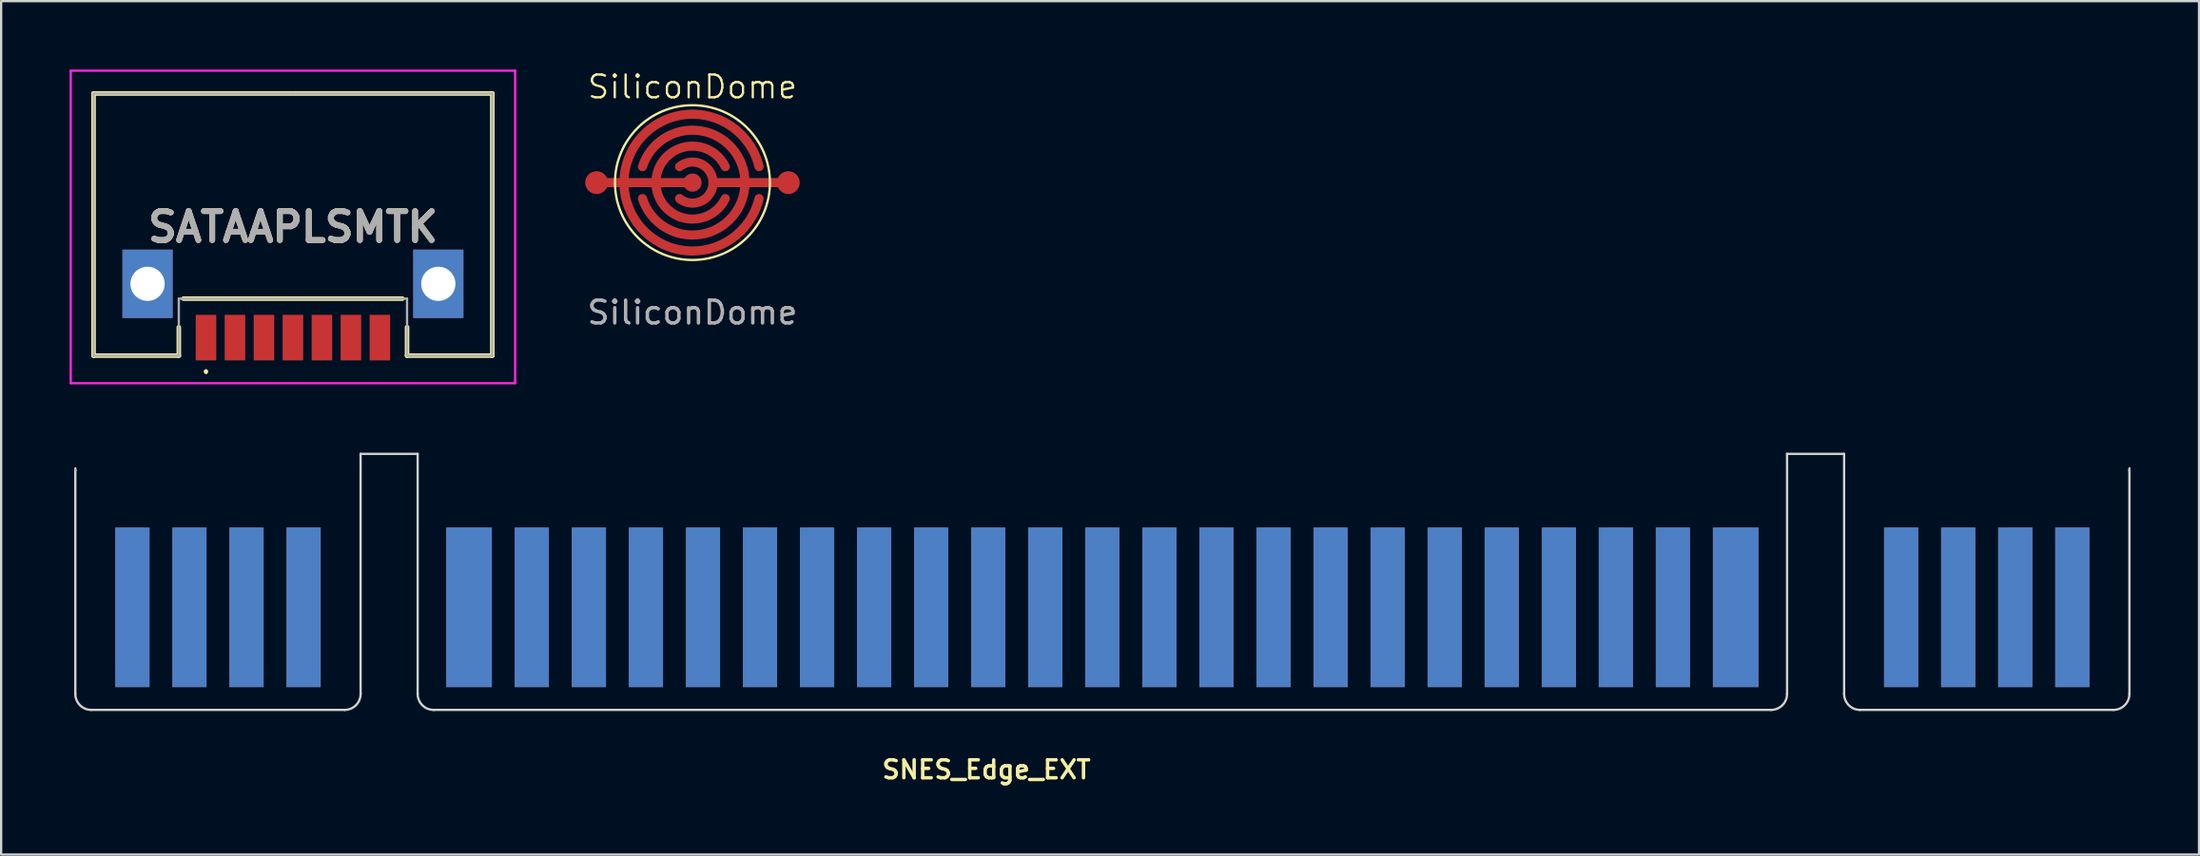
<source format=kicad_pcb>
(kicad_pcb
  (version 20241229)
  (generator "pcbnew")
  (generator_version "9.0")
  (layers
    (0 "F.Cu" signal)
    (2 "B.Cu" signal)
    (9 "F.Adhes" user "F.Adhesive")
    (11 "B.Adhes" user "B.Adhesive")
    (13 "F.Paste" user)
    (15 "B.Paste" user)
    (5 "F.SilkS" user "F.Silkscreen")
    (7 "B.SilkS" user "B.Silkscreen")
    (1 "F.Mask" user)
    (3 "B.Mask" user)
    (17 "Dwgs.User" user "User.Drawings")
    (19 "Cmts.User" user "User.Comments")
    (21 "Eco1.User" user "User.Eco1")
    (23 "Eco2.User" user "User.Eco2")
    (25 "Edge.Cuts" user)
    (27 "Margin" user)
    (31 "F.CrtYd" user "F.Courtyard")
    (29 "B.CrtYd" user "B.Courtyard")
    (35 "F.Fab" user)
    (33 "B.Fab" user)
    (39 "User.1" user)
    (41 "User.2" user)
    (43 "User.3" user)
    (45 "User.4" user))
  (footprint "SNES_Edge_EXT"
    (layer "F.Cu")
    (at 0.25 17.49)
    (property "Reference" "SNES_Edge_EXT" (at 39.92 13.22 0) (layer "F.SilkS") (effects (font (size 0.787 0.787) (thickness 0.15))))
    (attr through_hole)
    (fp_poly (pts (xy 0 2.5) (xy 12.5 2.5) (xy 12.5 10.7) (xy 0 10.7)) (stroke (width 0.01) (type solid)) (fill yes) (layer "F.Mask"))
    (fp_poly (pts (xy 15 2.5) (xy 75 2.5) (xy 75 10.7) (xy 15 10.7)) (stroke (width 0.01) (type solid)) (fill yes) (layer "F.Mask"))
    (fp_poly (pts (xy 77.5 2.5) (xy 90 2.5) (xy 90 10.7) (xy 77.5 10.7)) (stroke (width 0.01) (type solid)) (fill yes) (layer "F.Mask"))
    (fp_poly (pts (xy 0 2.5) (xy 12.5 2.5) (xy 12.5 10.7) (xy 0 10.7)) (stroke (width 0.01) (type solid)) (fill yes) (layer "B.Mask"))
    (fp_poly (pts (xy 15 2.5) (xy 75 2.5) (xy 75 10.7) (xy 15 10.7)) (stroke (width 0.01) (type solid)) (fill yes) (layer "B.Mask"))
    (fp_poly (pts (xy 77.5 2.5) (xy 90 2.5) (xy 90 10.7) (xy 77.5 10.7)) (stroke (width 0.01) (type solid)) (fill yes) (layer "B.Mask"))
    (fp_line (start 0 0.07) (end 0 0.1) (stroke (width 0.1) (type solid)) (layer "Dwgs.User"))
    (fp_line (start 0 0.1) (end 0 0) (stroke (width 0.1) (type solid)) (layer "Dwgs.User"))
    (fp_line (start 90 0.1) (end 90 0) (stroke (width 0.1) (type solid)) (layer "Dwgs.User"))
    (fp_line (start 90 0.1) (end 90 0.07) (stroke (width 0.1) (type solid)) (layer "Dwgs.User"))
    (fp_line (start 0 0.1) (end 0 9.9) (stroke (width 0.1) (type solid)) (layer "Edge.Cuts"))
    (fp_line (start 0.7 10.6) (end 11.8 10.6) (stroke (width 0.1) (type solid)) (layer "Edge.Cuts"))
    (fp_line (start 12.5 -0.63) (end 15 -0.63) (stroke (width 0.1) (type solid)) (layer "Edge.Cuts"))
    (fp_line (start 12.5 9.9) (end 12.5 -0.63) (stroke (width 0.1) (type solid)) (layer "Edge.Cuts"))
    (fp_line (start 15 -0.63) (end 15 9.9) (stroke (width 0.1) (type solid)) (layer "Edge.Cuts"))
    (fp_line (start 15.7 10.6) (end 74.3 10.6) (stroke (width 0.1) (type solid)) (layer "Edge.Cuts"))
    (fp_line (start 75 -0.63) (end 77.5 -0.63) (stroke (width 0.1) (type solid)) (layer "Edge.Cuts"))
    (fp_line (start 75 9.9) (end 75 -0.63) (stroke (width 0.1) (type solid)) (layer "Edge.Cuts"))
    (fp_line (start 77.5 -0.63) (end 77.5 9.9) (stroke (width 0.1) (type solid)) (layer "Edge.Cuts"))
    (fp_line (start 78.2 10.6) (end 89.3 10.6) (stroke (width 0.1) (type solid)) (layer "Edge.Cuts"))
    (fp_line (start 90 9.9) (end 90 0.1) (stroke (width 0.1) (type solid)) (layer "Edge.Cuts"))
    (fp_arc (start 0.7 10.6) (mid 0.205025 10.394975) (end 0 9.9) (stroke (width 0.1) (type solid)) (layer "Edge.Cuts"))
    (fp_arc (start 12.5 9.9) (mid 12.294975 10.394975) (end 11.8 10.6) (stroke (width 0.1) (type solid)) (layer "Edge.Cuts"))
    (fp_arc (start 15.7 10.6) (mid 15.205025 10.394975) (end 15 9.9) (stroke (width 0.1) (type solid)) (layer "Edge.Cuts"))
    (fp_arc (start 75 9.9) (mid 74.794975 10.394975) (end 74.3 10.6) (stroke (width 0.1) (type solid)) (layer "Edge.Cuts"))
    (fp_arc (start 78.2 10.6) (mid 77.705025 10.394975) (end 77.5 9.9) (stroke (width 0.1) (type solid)) (layer "Edge.Cuts"))
    (fp_arc (start 90 9.9) (mid 89.794975 10.394975) (end 89.3 10.6) (stroke (width 0.1) (type solid)) (layer "Edge.Cuts"))
    (pad "1" smd rect (at 2.5 6.1 90) (size 7 1.5) (layers "F.Cu" "F.Mask" "F.Paste"))
    (pad "2" smd rect (at 5 6.1 90) (size 7 1.5) (layers "F.Cu" "F.Mask" "F.Paste"))
    (pad "3" smd rect (at 7.5 6.1 90) (size 7 1.5) (layers "F.Cu" "F.Mask" "F.Paste"))
    (pad "4" smd rect (at 10 6.1 90) (size 7 1.5) (layers "F.Cu" "F.Mask" "F.Paste"))
    (pad "5" smd rect (at 17.25 6.1 90) (size 7 2) (layers "F.Cu" "F.Mask" "F.Paste"))
    (pad "6" smd rect (at 20 6.1 90) (size 7 1.5) (layers "F.Cu" "F.Mask" "F.Paste"))
    (pad "7" smd rect (at 22.5 6.1 90) (size 7 1.5) (layers "F.Cu" "F.Mask" "F.Paste"))
    (pad "8" smd rect (at 25 6.1 90) (size 7 1.5) (layers "F.Cu" "F.Mask" "F.Paste"))
    (pad "9" smd rect (at 27.5 6.1 90) (size 7 1.5) (layers "F.Cu" "F.Mask" "F.Paste"))
    (pad "10" smd rect (at 30 6.1 90) (size 7 1.5) (layers "F.Cu" "F.Mask" "F.Paste"))
    (pad "11" smd rect (at 32.5 6.1 90) (size 7 1.5) (layers "F.Cu" "F.Mask" "F.Paste"))
    (pad "12" smd rect (at 35 6.1 90) (size 7 1.5) (layers "F.Cu" "F.Mask" "F.Paste"))
    (pad "13" smd rect (at 37.5 6.1 90) (size 7 1.5) (layers "F.Cu" "F.Mask" "F.Paste"))
    (pad "14" smd rect (at 40 6.1 90) (size 7 1.5) (layers "F.Cu" "F.Mask" "F.Paste"))
    (pad "15" smd rect (at 42.5 6.1 90) (size 7 1.5) (layers "F.Cu" "F.Mask" "F.Paste"))
    (pad "16" smd rect (at 45 6.1 90) (size 7 1.5) (layers "F.Cu" "F.Mask" "F.Paste"))
    (pad "17" smd rect (at 47.5 6.1 90) (size 7 1.5) (layers "F.Cu" "F.Mask" "F.Paste"))
    (pad "18" smd rect (at 50 6.1 90) (size 7 1.5) (layers "F.Cu" "F.Mask" "F.Paste"))
    (pad "19" smd rect (at 52.5 6.1 90) (size 7 1.5) (layers "F.Cu" "F.Mask" "F.Paste"))
    (pad "20" smd rect (at 55 6.1 90) (size 7 1.5) (layers "F.Cu" "F.Mask" "F.Paste"))
    (pad "21" smd rect (at 57.5 6.1 90) (size 7 1.5) (layers "F.Cu" "F.Mask" "F.Paste"))
    (pad "22" smd rect (at 60 6.1 90) (size 7 1.5) (layers "F.Cu" "F.Mask" "F.Paste"))
    (pad "23" smd rect (at 62.5 6.1 90) (size 7 1.5) (layers "F.Cu" "F.Mask" "F.Paste"))
    (pad "24" smd rect (at 65 6.1 90) (size 7 1.5) (layers "F.Cu" "F.Mask" "F.Paste"))
    (pad "25" smd rect (at 67.5 6.1 90) (size 7 1.5) (layers "F.Cu" "F.Mask" "F.Paste"))
    (pad "26" smd rect (at 70 6.1 90) (size 7 1.5) (layers "F.Cu" "F.Mask" "F.Paste"))
    (pad "27" smd rect (at 72.75 6.1 90) (size 7 2) (layers "F.Cu" "F.Mask" "F.Paste"))
    (pad "28" smd rect (at 80 6.1 90) (size 7 1.5) (layers "F.Cu" "F.Mask" "F.Paste"))
    (pad "29" smd rect (at 82.5 6.1 90) (size 7 1.5) (layers "F.Cu" "F.Mask" "F.Paste"))
    (pad "30" smd rect (at 85 6.1 90) (size 7 1.5) (layers "F.Cu" "F.Mask" "F.Paste"))
    (pad "31" smd rect (at 87.5 6.1 90) (size 7 1.5) (layers "F.Cu" "F.Mask" "F.Paste"))
    (pad "32" smd rect (at 2.5 6.1 90) (size 7 1.5) (layers "B.Cu" "B.Mask" "B.Paste"))
    (pad "33" smd rect (at 5 6.1 90) (size 7 1.5) (layers "B.Cu" "B.Mask" "B.Paste"))
    (pad "34" smd rect (at 7.5 6.1 90) (size 7 1.5) (layers "B.Cu" "B.Mask" "B.Paste"))
    (pad "35" smd rect (at 10 6.1 90) (size 7 1.5) (layers "B.Cu" "B.Mask" "B.Paste"))
    (pad "36" smd rect (at 17.25 6.1 90) (size 7 2) (layers "B.Cu" "B.Mask" "B.Paste"))
    (pad "37" smd rect (at 20 6.1 90) (size 7 1.5) (layers "B.Cu" "B.Mask" "B.Paste"))
    (pad "38" smd rect (at 22.5 6.1 90) (size 7 1.5) (layers "B.Cu" "B.Mask" "B.Paste"))
    (pad "39" smd rect (at 25 6.1 90) (size 7 1.5) (layers "B.Cu" "B.Mask" "B.Paste"))
    (pad "40" smd rect (at 27.5 6.1 90) (size 7 1.5) (layers "B.Cu" "B.Mask" "B.Paste"))
    (pad "41" smd rect (at 30 6.1 90) (size 7 1.5) (layers "B.Cu" "B.Mask" "B.Paste"))
    (pad "42" smd rect (at 32.5 6.1 90) (size 7 1.5) (layers "B.Cu" "B.Mask" "B.Paste"))
    (pad "43" smd rect (at 35 6.1 90) (size 7 1.5) (layers "B.Cu" "B.Mask" "B.Paste"))
    (pad "44" smd rect (at 37.5 6.1 90) (size 7 1.5) (layers "B.Cu" "B.Mask" "B.Paste"))
    (pad "45" smd rect (at 40 6.1 90) (size 7 1.5) (layers "B.Cu" "B.Mask" "B.Paste"))
    (pad "46" smd rect (at 42.5 6.1 90) (size 7 1.5) (layers "B.Cu" "B.Mask" "B.Paste"))
    (pad "47" smd rect (at 45 6.1 90) (size 7 1.5) (layers "B.Cu" "B.Mask" "B.Paste"))
    (pad "48" smd rect (at 47.5 6.1 90) (size 7 1.5) (layers "B.Cu" "B.Mask" "B.Paste"))
    (pad "49" smd rect (at 50 6.1 90) (size 7 1.5) (layers "B.Cu" "B.Mask" "B.Paste"))
    (pad "50" smd rect (at 52.5 6.1 90) (size 7 1.5) (layers "B.Cu" "B.Mask" "B.Paste"))
    (pad "51" smd rect (at 55 6.1 90) (size 7 1.5) (layers "B.Cu" "B.Mask" "B.Paste"))
    (pad "52" smd rect (at 57.5 6.1 90) (size 7 1.5) (layers "B.Cu" "B.Mask" "B.Paste"))
    (pad "53" smd rect (at 60 6.1 90) (size 7 1.5) (layers "B.Cu" "B.Mask" "B.Paste"))
    (pad "54" smd rect (at 62.5 6.1 90) (size 7 1.5) (layers "B.Cu" "B.Mask" "B.Paste"))
    (pad "55" smd rect (at 65 6.1 90) (size 7 1.5) (layers "B.Cu" "B.Mask" "B.Paste"))
    (pad "56" smd rect (at 67.5 6.1 90) (size 7 1.5) (layers "B.Cu" "B.Mask" "B.Paste"))
    (pad "57" smd rect (at 70 6.1 90) (size 7 1.5) (layers "B.Cu" "B.Mask" "B.Paste"))
    (pad "58" smd rect (at 72.75 6.1 90) (size 7 2) (layers "B.Cu" "B.Mask" "B.Paste"))
    (pad "59" smd rect (at 80 6.1 90) (size 7 1.5) (layers "B.Cu" "B.Mask" "B.Paste"))
    (pad "60" smd rect (at 82.5 6.1 90) (size 7 1.5) (layers "B.Cu" "B.Mask" "B.Paste"))
    (pad "61" smd rect (at 85 6.1 90) (size 7 1.5) (layers "B.Cu" "B.Mask" "B.Paste"))
    (pad "62" smd rect (at 87.5 6.1 90) (size 7 1.5) (layers "B.Cu" "B.Mask" "B.Paste")))
  (footprint "SiliconDome"
    (layer "F.Cu")
    (at 27.29 4.96)
    (property "Reference" "SiliconDome" (at 0 -4.2 0) (unlocked yes) (layer "F.SilkS") (effects (font (size 1 1) (thickness 0.1))))
    (fp_line (start 0 0) (end -3.7 0) (stroke (width 0.4) (type default)) (layer "F.Cu"))
    (fp_line (start 0.9 0) (end 3.7 0) (stroke (width 0.4) (type default)) (layer "F.Cu"))
    (fp_arc (start -2.19089 -0.7) (mid 2.3 0) (end -2.19089 0.7) (stroke (width 0.4) (type default)) (layer "F.Cu"))
    (fp_arc (start -0.565685 -0.7) (mid 0.9 0) (end -0.565685 0.7) (stroke (width 0.4) (type default)) (layer "F.Cu"))
    (fp_arc (start 1.438749 0.7) (mid -1.6 0) (end 1.438749 -0.7) (stroke (width 0.4) (type default)) (layer "F.Cu"))
    (fp_arc (start 2.91719 0.7) (mid -3 0) (end 2.91719 -0.7) (stroke (width 0.4) (type default)) (layer "F.Cu"))
    (fp_circle (center 0 0) (end 0.2 0) (stroke (width 0.4) (type default)) (fill no) (layer "F.Cu"))
    (fp_circle (center 0 0) (end 3.302 0) (stroke (width 0.1) (type solid)) (fill yes) (layer "F.Mask"))
    (fp_circle (center 0 0) (end 2.4 -2.4) (stroke (width 0.1) (type default)) (fill no) (layer "F.SilkS"))
    (fp_text user "${REFERENCE}" (at 0 5.7 0) (unlocked yes) (layer "F.Fab") (effects (font (size 1 1) (thickness 0.15))))
    (pad "1" smd oval (at -4.2 0) (size 1 1) (layers "F.Cu"))
    (pad "2" smd oval (at 4.2 0 180) (size 1 1) (layers "F.Cu")))
  (footprint "SATAAPLSMTK"
    (layer "F.Cu")
    (at 9.785 6.8)
    (property "Reference" "SATAAPLSMTK" (at 0 0.105 0) (layer "F.SilkS") (effects (font (size 1.27 1.27) (thickness 0.254))))
    (attr through_hole)
    (fp_line (start -8.735 -5.75) (end -8.735 5.75) (stroke (width 0.2) (type solid)) (layer "F.SilkS"))
    (fp_line (start -8.735 5.75) (end -5 5.75) (stroke (width 0.2) (type solid)) (layer "F.SilkS"))
    (fp_line (start -5 5.75) (end -5 4.505) (stroke (width 0.2) (type solid)) (layer "F.SilkS"))
    (fp_line (start -4.8 3.25) (end 4.8 3.25) (stroke (width 0.2) (type solid)) (layer "F.SilkS"))
    (fp_line (start -3.81 6.4) (end -3.81 6.4) (stroke (width 0.1) (type solid)) (layer "F.SilkS"))
    (fp_line (start -3.81 6.5) (end -3.81 6.5) (stroke (width 0.1) (type solid)) (layer "F.SilkS"))
    (fp_line (start 5 4.505) (end 5 5.75) (stroke (width 0.2) (type solid)) (layer "F.SilkS"))
    (fp_line (start 5 5.75) (end 8.735 5.75) (stroke (width 0.2) (type solid)) (layer "F.SilkS"))
    (fp_line (start 8.735 -5.75) (end -8.735 -5.75) (stroke (width 0.2) (type solid)) (layer "F.SilkS"))
    (fp_line (start 8.735 5.75) (end 8.735 -5.75) (stroke (width 0.2) (type solid)) (layer "F.SilkS"))
    (fp_arc (start -3.81 6.4) (mid -3.76 6.45) (end -3.81 6.5) (stroke (width 0.1) (type solid)) (layer "F.SilkS"))
    (fp_arc (start -3.81 6.5) (mid -3.86 6.45) (end -3.81 6.4) (stroke (width 0.1) (type solid)) (layer "F.SilkS"))
    (fp_line (start -9.735 -6.75) (end 9.735 -6.75) (stroke (width 0.1) (type solid)) (layer "F.CrtYd"))
    (fp_line (start -9.735 6.96) (end -9.735 -6.75) (stroke (width 0.1) (type solid)) (layer "F.CrtYd"))
    (fp_line (start 9.735 -6.75) (end 9.735 6.96) (stroke (width 0.1) (type solid)) (layer "F.CrtYd"))
    (fp_line (start 9.735 6.96) (end -9.735 6.96) (stroke (width 0.1) (type solid)) (layer "F.CrtYd"))
    (fp_line (start -8.735 -5.75) (end 0 -5.75) (stroke (width 0.1) (type solid)) (layer "F.Fab"))
    (fp_line (start -8.735 5.75) (end -8.735 -5.75) (stroke (width 0.1) (type solid)) (layer "F.Fab"))
    (fp_line (start -5 3.25) (end -5 5.75) (stroke (width 0.1) (type solid)) (layer "F.Fab"))
    (fp_line (start -5 5.75) (end -8.735 5.75) (stroke (width 0.1) (type solid)) (layer "F.Fab"))
    (fp_line (start 0 -5.75) (end 8.735 -5.75) (stroke (width 0.1) (type solid)) (layer "F.Fab"))
    (fp_line (start 5 3.25) (end -5 3.25) (stroke (width 0.1) (type solid)) (layer "F.Fab"))
    (fp_line (start 5 5.75) (end 5 3.25) (stroke (width 0.1) (type solid)) (layer "F.Fab"))
    (fp_line (start 8.735 -5.75) (end 8.735 5.75) (stroke (width 0.1) (type solid)) (layer "F.Fab"))
    (fp_line (start 8.735 5.75) (end 5 5.75) (stroke (width 0.1) (type solid)) (layer "F.Fab"))
    (fp_text user "${REFERENCE}" (at 0 0.105 0) (layer "F.Fab") (effects (font (size 1.27 1.27) (thickness 0.254))))
    (pad "1" thru_hole rect (at -6.37 2.6) (size 2.2 3) (drill 1.5) (layers "*.Cu" "*.Mask"))
    (pad "2" thru_hole rect (at 6.37 2.6) (size 2.2 3) (drill 1.5) (layers "*.Cu" "*.Mask"))
    (pad "S1" smd rect (at -3.81 4.96) (size 0.9 2) (layers "F.Cu" "F.Mask" "F.Paste"))
    (pad "S2" smd rect (at -2.54 4.96) (size 0.9 2) (layers "F.Cu" "F.Mask" "F.Paste"))
    (pad "S3" smd rect (at -1.27 4.96) (size 0.9 2) (layers "F.Cu" "F.Mask" "F.Paste"))
    (pad "S4" smd rect (at 0 4.96) (size 0.9 2) (layers "F.Cu" "F.Mask" "F.Paste"))
    (pad "S5" smd rect (at 1.27 4.96) (size 0.9 2) (layers "F.Cu" "F.Mask" "F.Paste"))
    (pad "S6" smd rect (at 2.54 4.96) (size 0.9 2) (layers "F.Cu" "F.Mask" "F.Paste"))
    (pad "S7" smd rect (at 3.81 4.96) (size 0.9 2) (layers "F.Cu" "F.Mask" "F.Paste")))
  (gr_rect
    (start -3 -3)
    (end 93.3 34.434)
    (stroke (width 0.1) (type default))
    (fill no)
    (layer "Edge.Cuts")))
</source>
